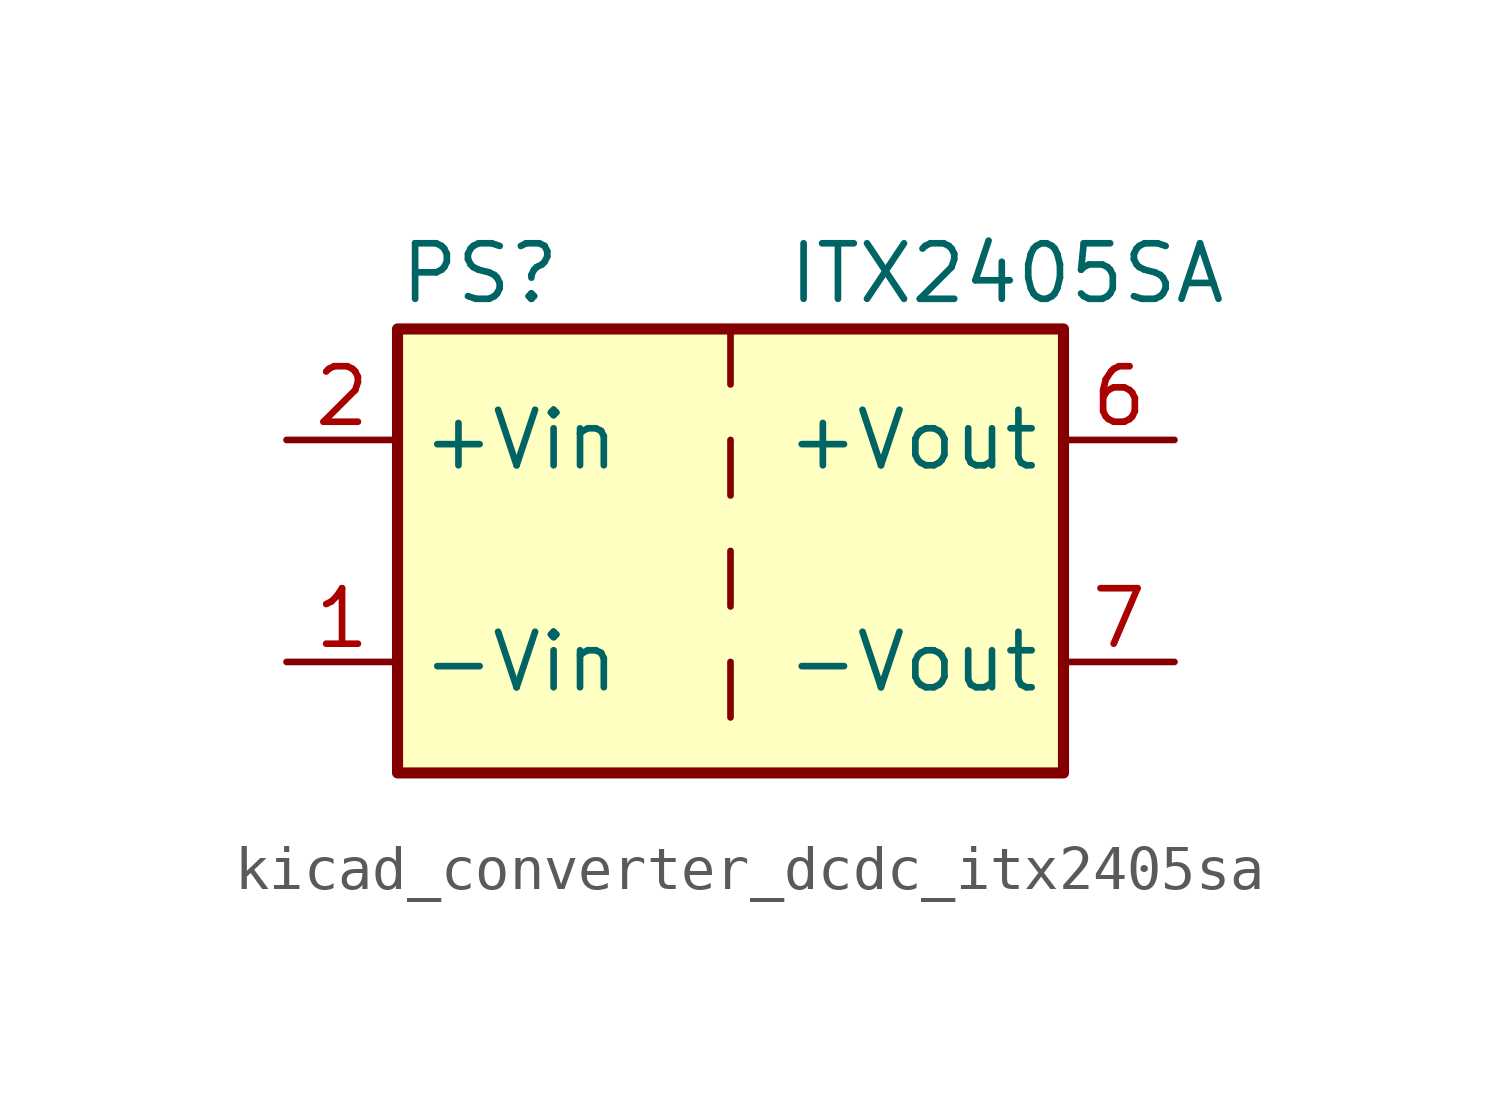
<source format=kicad_sym>
(kicad_symbol_lib
  (version 20220914)
  (generator kicad_symbol_editor)
  (symbol "kicad_converter_dcdc_itx2405sa"
    (property "Reference" "PS"
      (at -7.62 6.35 0)
      (effects (font (size 1.27 1.27)) (justify left)))
    (property "Value" "ITX2405SA"
      (at 1.27 6.35 0)
      (effects (font (size 1.27 1.27)) (justify left)))
    (symbol "kicad_converter_dcdc_itx2405sa_0_0"
      (pin power_in line (at -10.16 -2.54 0) (length 2.54) (name "-Vin" (effects (font (size 1.27 1.27)))) (number "1" (effects (font (size 1.27 1.27)))))
      (pin power_in line (at -10.16 2.54 0) (length 2.54) (name "+Vin" (effects (font (size 1.27 1.27)))) (number "2" (effects (font (size 1.27 1.27)))))
      (pin power_out line (at 10.16 2.54 180) (length 2.54) (name "+Vout" (effects (font (size 1.27 1.27)))) (number "6" (effects (font (size 1.27 1.27)))))
      (pin power_out line (at 10.16 -2.54 180) (length 2.54) (name "-Vout" (effects (font (size 1.27 1.27)))) (number "7" (effects (font (size 1.27 1.27)))))
      (pin no_connect line (at 7.62 0 180) (length 2.54) hide (name "NC" (effects (font (size 1.27 1.27)))) (number "8" (effects (font (size 1.27 1.27))))))
    (symbol "kicad_converter_dcdc_itx2405sa_0_1"
      (rectangle (start -7.62 5.08) (end 7.62 -5.08) (stroke (width 0.254) (type default)) (fill (type background)))
      (polyline (pts (xy 0 -2.54) (xy 0 -3.81)) (stroke (width 0) (type default)) (fill (type none)))
      (polyline (pts (xy 0 0) (xy 0 -1.27)) (stroke (width 0) (type default)) (fill (type none)))
      (polyline (pts (xy 0 2.54) (xy 0 1.27)) (stroke (width 0) (type default)) (fill (type none)))
      (polyline (pts (xy 0 5.08) (xy 0 3.81)) (stroke (width 0) (type default)) (fill (type none))))))
</source>
